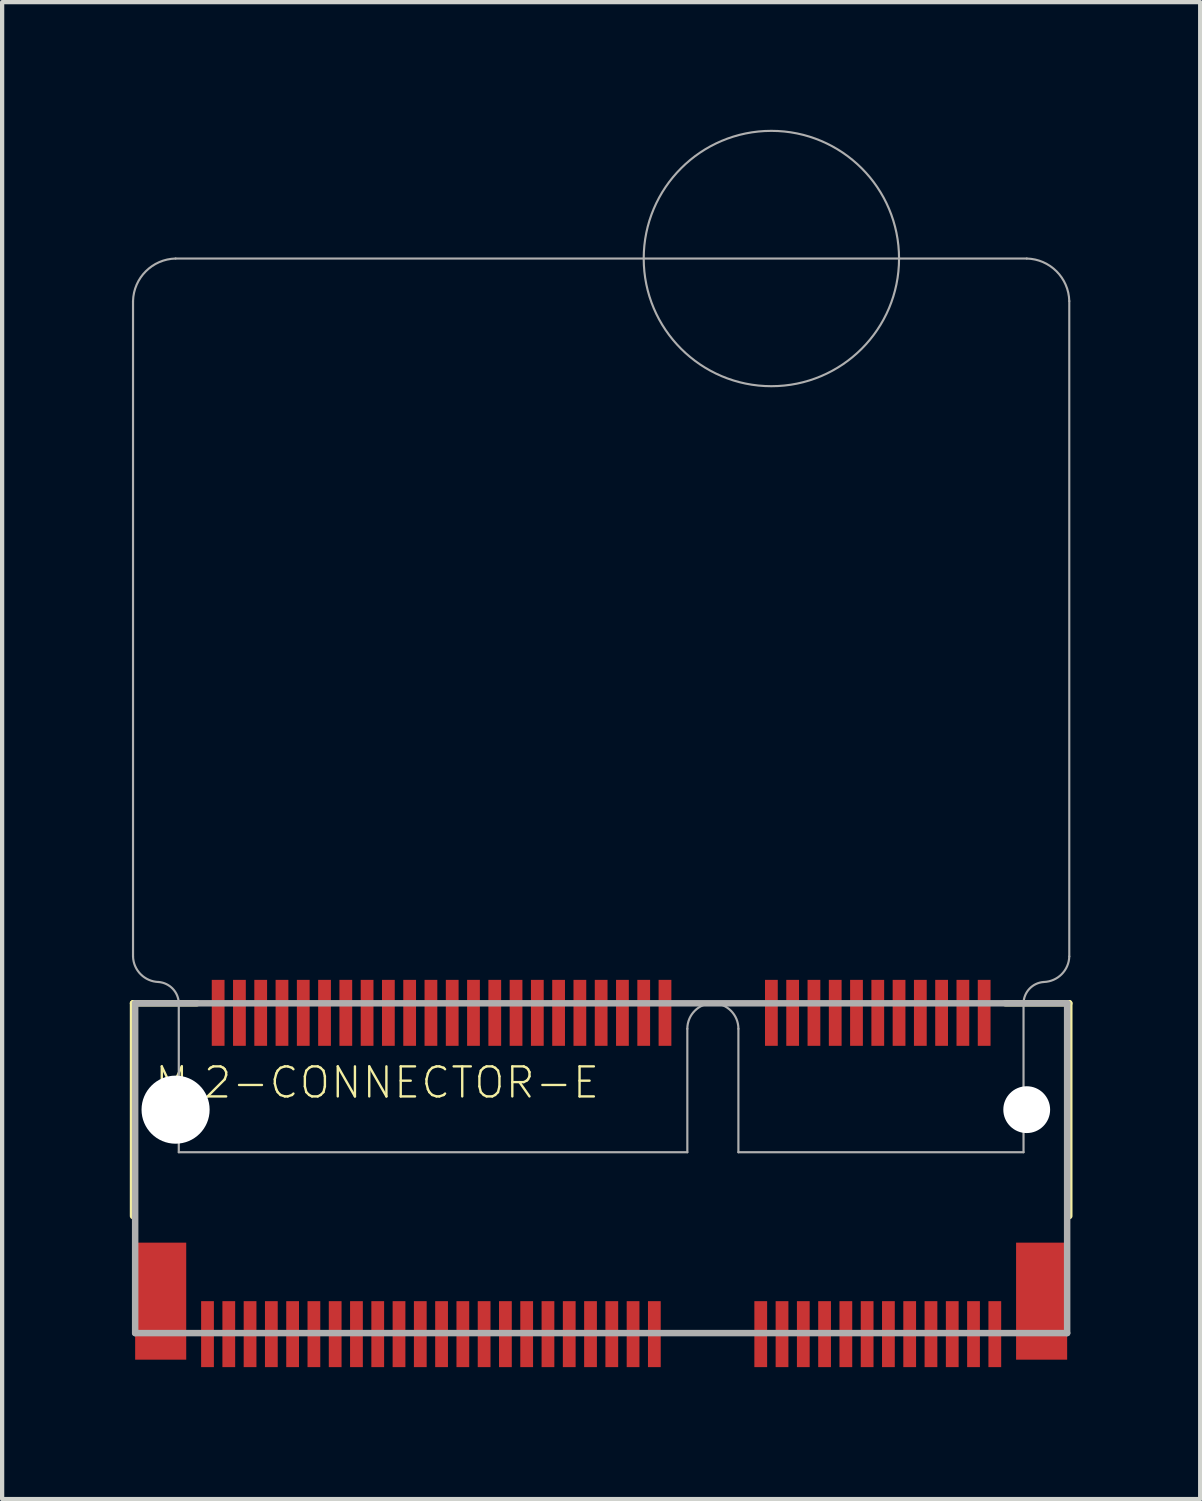
<source format=kicad_pcb>
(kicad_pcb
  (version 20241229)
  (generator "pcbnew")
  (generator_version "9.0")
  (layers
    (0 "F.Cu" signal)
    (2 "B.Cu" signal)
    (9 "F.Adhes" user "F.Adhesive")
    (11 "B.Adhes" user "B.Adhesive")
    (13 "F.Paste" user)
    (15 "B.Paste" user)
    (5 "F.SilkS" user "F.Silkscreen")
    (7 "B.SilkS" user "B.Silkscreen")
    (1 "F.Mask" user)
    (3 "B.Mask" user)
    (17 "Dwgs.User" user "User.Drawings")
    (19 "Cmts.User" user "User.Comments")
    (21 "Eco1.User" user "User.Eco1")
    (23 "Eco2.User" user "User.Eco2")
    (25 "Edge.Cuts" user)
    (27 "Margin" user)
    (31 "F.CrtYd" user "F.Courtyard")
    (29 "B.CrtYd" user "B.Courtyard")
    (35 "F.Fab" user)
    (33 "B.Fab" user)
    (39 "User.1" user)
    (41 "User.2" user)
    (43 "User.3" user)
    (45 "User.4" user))
  (footprint "M.2-CONNECTOR-E"
    (layer "F.Cu")
    (at 11.076 23.025)
    (property "Reference" "M.2-CONNECTOR-E" (at 0 -0.635 180) (layer "F.SilkS") (effects (font (size 0.706 0.706) (thickness 0.056)) (justify right)))
    (fp_line (start -11 2.5) (end -11 -2.5) (stroke (width 0.152) (type solid)) (layer "F.SilkS"))
    (fp_line (start -9.5 -2.5) (end -11 -2.5) (stroke (width 0.152) (type solid)) (layer "F.SilkS"))
    (fp_line (start 11 -2.5) (end 9.5 -2.5) (stroke (width 0.152) (type solid)) (layer "F.SilkS"))
    (fp_line (start 11 2.5) (end 11 -2.5) (stroke (width 0.152) (type solid)) (layer "F.SilkS"))
    (fp_poly (pts (xy -9.4 6.15) (xy -9.1 6.15) (xy -9.1 4.4) (xy -9.4 4.4)) (stroke (width 0) (type solid)) (fill yes) (layer "F.Paste"))
    (fp_poly (pts (xy -9.15 -1.4) (xy -8.85 -1.4) (xy -8.85 -3.15) (xy -9.15 -3.15)) (stroke (width 0) (type solid)) (fill yes) (layer "F.Paste"))
    (fp_poly (pts (xy -8.9 6.15) (xy -8.6 6.15) (xy -8.6 4.4) (xy -8.9 4.4)) (stroke (width 0) (type solid)) (fill yes) (layer "F.Paste"))
    (fp_poly (pts (xy -8.65 -1.4) (xy -8.35 -1.4) (xy -8.35 -3.15) (xy -8.65 -3.15)) (stroke (width 0) (type solid)) (fill yes) (layer "F.Paste"))
    (fp_poly (pts (xy -8.4 6.15) (xy -8.1 6.15) (xy -8.1 4.4) (xy -8.4 4.4)) (stroke (width 0) (type solid)) (fill yes) (layer "F.Paste"))
    (fp_poly (pts (xy -8.15 -1.4) (xy -7.85 -1.4) (xy -7.85 -3.15) (xy -8.15 -3.15)) (stroke (width 0) (type solid)) (fill yes) (layer "F.Paste"))
    (fp_poly (pts (xy -7.9 6.15) (xy -7.6 6.15) (xy -7.6 4.4) (xy -7.9 4.4)) (stroke (width 0) (type solid)) (fill yes) (layer "F.Paste"))
    (fp_poly (pts (xy -7.65 -1.4) (xy -7.35 -1.4) (xy -7.35 -3.15) (xy -7.65 -3.15)) (stroke (width 0) (type solid)) (fill yes) (layer "F.Paste"))
    (fp_poly (pts (xy -7.4 6.15) (xy -7.1 6.15) (xy -7.1 4.4) (xy -7.4 4.4)) (stroke (width 0) (type solid)) (fill yes) (layer "F.Paste"))
    (fp_poly (pts (xy -7.15 -1.4) (xy -6.85 -1.4) (xy -6.85 -3.15) (xy -7.15 -3.15)) (stroke (width 0) (type solid)) (fill yes) (layer "F.Paste"))
    (fp_poly (pts (xy -6.9 6.15) (xy -6.6 6.15) (xy -6.6 4.4) (xy -6.9 4.4)) (stroke (width 0) (type solid)) (fill yes) (layer "F.Paste"))
    (fp_poly (pts (xy -6.65 -1.4) (xy -6.35 -1.4) (xy -6.35 -3.15) (xy -6.65 -3.15)) (stroke (width 0) (type solid)) (fill yes) (layer "F.Paste"))
    (fp_poly (pts (xy -6.4 6.15) (xy -6.1 6.15) (xy -6.1 4.4) (xy -6.4 4.4)) (stroke (width 0) (type solid)) (fill yes) (layer "F.Paste"))
    (fp_poly (pts (xy -6.15 -1.4) (xy -5.85 -1.4) (xy -5.85 -3.15) (xy -6.15 -3.15)) (stroke (width 0) (type solid)) (fill yes) (layer "F.Paste"))
    (fp_poly (pts (xy -5.9 6.15) (xy -5.6 6.15) (xy -5.6 4.4) (xy -5.9 4.4)) (stroke (width 0) (type solid)) (fill yes) (layer "F.Paste"))
    (fp_poly (pts (xy -5.65 -1.4) (xy -5.35 -1.4) (xy -5.35 -3.15) (xy -5.65 -3.15)) (stroke (width 0) (type solid)) (fill yes) (layer "F.Paste"))
    (fp_poly (pts (xy -5.4 6.15) (xy -5.1 6.15) (xy -5.1 4.4) (xy -5.4 4.4)) (stroke (width 0) (type solid)) (fill yes) (layer "F.Paste"))
    (fp_poly (pts (xy -5.15 -1.4) (xy -4.85 -1.4) (xy -4.85 -3.15) (xy -5.15 -3.15)) (stroke (width 0) (type solid)) (fill yes) (layer "F.Paste"))
    (fp_poly (pts (xy -4.9 6.15) (xy -4.6 6.15) (xy -4.6 4.4) (xy -4.9 4.4)) (stroke (width 0) (type solid)) (fill yes) (layer "F.Paste"))
    (fp_poly (pts (xy -4.65 -1.4) (xy -4.35 -1.4) (xy -4.35 -3.15) (xy -4.65 -3.15)) (stroke (width 0) (type solid)) (fill yes) (layer "F.Paste"))
    (fp_poly (pts (xy -4.4 6.15) (xy -4.1 6.15) (xy -4.1 4.4) (xy -4.4 4.4)) (stroke (width 0) (type solid)) (fill yes) (layer "F.Paste"))
    (fp_poly (pts (xy -4.15 -1.4) (xy -3.85 -1.4) (xy -3.85 -3.15) (xy -4.15 -3.15)) (stroke (width 0) (type solid)) (fill yes) (layer "F.Paste"))
    (fp_poly (pts (xy -3.9 6.15) (xy -3.6 6.15) (xy -3.6 4.4) (xy -3.9 4.4)) (stroke (width 0) (type solid)) (fill yes) (layer "F.Paste"))
    (fp_poly (pts (xy -3.65 -1.4) (xy -3.35 -1.4) (xy -3.35 -3.15) (xy -3.65 -3.15)) (stroke (width 0) (type solid)) (fill yes) (layer "F.Paste"))
    (fp_poly (pts (xy -3.4 6.15) (xy -3.1 6.15) (xy -3.1 4.4) (xy -3.4 4.4)) (stroke (width 0) (type solid)) (fill yes) (layer "F.Paste"))
    (fp_poly (pts (xy -3.15 -1.4) (xy -2.85 -1.4) (xy -2.85 -3.15) (xy -3.15 -3.15)) (stroke (width 0) (type solid)) (fill yes) (layer "F.Paste"))
    (fp_poly (pts (xy -2.9 6.15) (xy -2.6 6.15) (xy -2.6 4.4) (xy -2.9 4.4)) (stroke (width 0) (type solid)) (fill yes) (layer "F.Paste"))
    (fp_poly (pts (xy -2.65 -1.4) (xy -2.35 -1.4) (xy -2.35 -3.15) (xy -2.65 -3.15)) (stroke (width 0) (type solid)) (fill yes) (layer "F.Paste"))
    (fp_poly (pts (xy -2.4 6.15) (xy -2.1 6.15) (xy -2.1 4.4) (xy -2.4 4.4)) (stroke (width 0) (type solid)) (fill yes) (layer "F.Paste"))
    (fp_poly (pts (xy -2.15 -1.4) (xy -1.85 -1.4) (xy -1.85 -3.15) (xy -2.15 -3.15)) (stroke (width 0) (type solid)) (fill yes) (layer "F.Paste"))
    (fp_poly (pts (xy -1.9 6.15) (xy -1.6 6.15) (xy -1.6 4.4) (xy -1.9 4.4)) (stroke (width 0) (type solid)) (fill yes) (layer "F.Paste"))
    (fp_poly (pts (xy -1.65 -1.4) (xy -1.35 -1.4) (xy -1.35 -3.15) (xy -1.65 -3.15)) (stroke (width 0) (type solid)) (fill yes) (layer "F.Paste"))
    (fp_poly (pts (xy -1.4 6.15) (xy -1.1 6.15) (xy -1.1 4.4) (xy -1.4 4.4)) (stroke (width 0) (type solid)) (fill yes) (layer "F.Paste"))
    (fp_poly (pts (xy -1.15 -1.4) (xy -0.85 -1.4) (xy -0.85 -3.15) (xy -1.15 -3.15)) (stroke (width 0) (type solid)) (fill yes) (layer "F.Paste"))
    (fp_poly (pts (xy -0.9 6.15) (xy -0.6 6.15) (xy -0.6 4.4) (xy -0.9 4.4)) (stroke (width 0) (type solid)) (fill yes) (layer "F.Paste"))
    (fp_poly (pts (xy -0.65 -1.4) (xy -0.35 -1.4) (xy -0.35 -3.15) (xy -0.65 -3.15)) (stroke (width 0) (type solid)) (fill yes) (layer "F.Paste"))
    (fp_poly (pts (xy -0.4 6.15) (xy -0.1 6.15) (xy -0.1 4.4) (xy -0.4 4.4)) (stroke (width 0) (type solid)) (fill yes) (layer "F.Paste"))
    (fp_poly (pts (xy -0.15 -1.4) (xy 0.15 -1.4) (xy 0.15 -3.15) (xy -0.15 -3.15)) (stroke (width 0) (type solid)) (fill yes) (layer "F.Paste"))
    (fp_poly (pts (xy 0.1 6.15) (xy 0.4 6.15) (xy 0.4 4.4) (xy 0.1 4.4)) (stroke (width 0) (type solid)) (fill yes) (layer "F.Paste"))
    (fp_poly (pts (xy 0.35 -1.4) (xy 0.65 -1.4) (xy 0.65 -3.15) (xy 0.35 -3.15)) (stroke (width 0) (type solid)) (fill yes) (layer "F.Paste"))
    (fp_poly (pts (xy 0.6 6.15) (xy 0.9 6.15) (xy 0.9 4.4) (xy 0.6 4.4)) (stroke (width 0) (type solid)) (fill yes) (layer "F.Paste"))
    (fp_poly (pts (xy 0.85 -1.4) (xy 1.15 -1.4) (xy 1.15 -3.15) (xy 0.85 -3.15)) (stroke (width 0) (type solid)) (fill yes) (layer "F.Paste"))
    (fp_poly (pts (xy 1.1 6.15) (xy 1.4 6.15) (xy 1.4 4.4) (xy 1.1 4.4)) (stroke (width 0) (type solid)) (fill yes) (layer "F.Paste"))
    (fp_poly (pts (xy 1.35 -1.4) (xy 1.65 -1.4) (xy 1.65 -3.15) (xy 1.35 -3.15)) (stroke (width 0) (type solid)) (fill yes) (layer "F.Paste"))
    (fp_poly (pts (xy 3.6 6.15) (xy 3.9 6.15) (xy 3.9 4.4) (xy 3.6 4.4)) (stroke (width 0) (type solid)) (fill yes) (layer "F.Paste"))
    (fp_poly (pts (xy 3.85 -1.4) (xy 4.15 -1.4) (xy 4.15 -3.15) (xy 3.85 -3.15)) (stroke (width 0) (type solid)) (fill yes) (layer "F.Paste"))
    (fp_poly (pts (xy 4.1 6.15) (xy 4.4 6.15) (xy 4.4 4.4) (xy 4.1 4.4)) (stroke (width 0) (type solid)) (fill yes) (layer "F.Paste"))
    (fp_poly (pts (xy 4.35 -1.4) (xy 4.65 -1.4) (xy 4.65 -3.15) (xy 4.35 -3.15)) (stroke (width 0) (type solid)) (fill yes) (layer "F.Paste"))
    (fp_poly (pts (xy 4.6 6.15) (xy 4.9 6.15) (xy 4.9 4.4) (xy 4.6 4.4)) (stroke (width 0) (type solid)) (fill yes) (layer "F.Paste"))
    (fp_poly (pts (xy 4.85 -1.4) (xy 5.15 -1.4) (xy 5.15 -3.15) (xy 4.85 -3.15)) (stroke (width 0) (type solid)) (fill yes) (layer "F.Paste"))
    (fp_poly (pts (xy 5.1 6.15) (xy 5.4 6.15) (xy 5.4 4.4) (xy 5.1 4.4)) (stroke (width 0) (type solid)) (fill yes) (layer "F.Paste"))
    (fp_poly (pts (xy 5.35 -1.4) (xy 5.65 -1.4) (xy 5.65 -3.15) (xy 5.35 -3.15)) (stroke (width 0) (type solid)) (fill yes) (layer "F.Paste"))
    (fp_poly (pts (xy 5.6 6.15) (xy 5.9 6.15) (xy 5.9 4.4) (xy 5.6 4.4)) (stroke (width 0) (type solid)) (fill yes) (layer "F.Paste"))
    (fp_poly (pts (xy 5.85 -1.4) (xy 6.15 -1.4) (xy 6.15 -3.15) (xy 5.85 -3.15)) (stroke (width 0) (type solid)) (fill yes) (layer "F.Paste"))
    (fp_poly (pts (xy 6.1 6.15) (xy 6.4 6.15) (xy 6.4 4.4) (xy 6.1 4.4)) (stroke (width 0) (type solid)) (fill yes) (layer "F.Paste"))
    (fp_poly (pts (xy 6.35 -1.4) (xy 6.65 -1.4) (xy 6.65 -3.15) (xy 6.35 -3.15)) (stroke (width 0) (type solid)) (fill yes) (layer "F.Paste"))
    (fp_poly (pts (xy 6.6 6.15) (xy 6.9 6.15) (xy 6.9 4.4) (xy 6.6 4.4)) (stroke (width 0) (type solid)) (fill yes) (layer "F.Paste"))
    (fp_poly (pts (xy 6.85 -1.4) (xy 7.15 -1.4) (xy 7.15 -3.15) (xy 6.85 -3.15)) (stroke (width 0) (type solid)) (fill yes) (layer "F.Paste"))
    (fp_poly (pts (xy 7.1 6.15) (xy 7.4 6.15) (xy 7.4 4.4) (xy 7.1 4.4)) (stroke (width 0) (type solid)) (fill yes) (layer "F.Paste"))
    (fp_poly (pts (xy 7.35 -1.4) (xy 7.65 -1.4) (xy 7.65 -3.15) (xy 7.35 -3.15)) (stroke (width 0) (type solid)) (fill yes) (layer "F.Paste"))
    (fp_poly (pts (xy 7.6 6.15) (xy 7.9 6.15) (xy 7.9 4.4) (xy 7.6 4.4)) (stroke (width 0) (type solid)) (fill yes) (layer "F.Paste"))
    (fp_poly (pts (xy 7.85 -1.4) (xy 8.15 -1.4) (xy 8.15 -3.15) (xy 7.85 -3.15)) (stroke (width 0) (type solid)) (fill yes) (layer "F.Paste"))
    (fp_poly (pts (xy 8.1 6.15) (xy 8.4 6.15) (xy 8.4 4.4) (xy 8.1 4.4)) (stroke (width 0) (type solid)) (fill yes) (layer "F.Paste"))
    (fp_poly (pts (xy 8.35 -1.4) (xy 8.65 -1.4) (xy 8.65 -3.15) (xy 8.35 -3.15)) (stroke (width 0) (type solid)) (fill yes) (layer "F.Paste"))
    (fp_poly (pts (xy 8.6 6.15) (xy 8.9 6.15) (xy 8.9 4.4) (xy 8.6 4.4)) (stroke (width 0) (type solid)) (fill yes) (layer "F.Paste"))
    (fp_poly (pts (xy 8.85 -1.4) (xy 9.15 -1.4) (xy 9.15 -3.15) (xy 8.85 -3.15)) (stroke (width 0) (type solid)) (fill yes) (layer "F.Paste"))
    (fp_poly (pts (xy 9.1 6.15) (xy 9.4 6.15) (xy 9.4 4.4) (xy 9.1 4.4)) (stroke (width 0) (type solid)) (fill yes) (layer "F.Paste"))
    (fp_line (start -11 -19) (end -11 -3.6) (stroke (width 0.051) (type solid)) (layer "F.Fab"))
    (fp_line (start -10.95 -2.5) (end -10.95 5.25) (stroke (width 0.152) (type solid)) (layer "F.Fab"))
    (fp_line (start -10.95 5.25) (end 10.95 5.25) (stroke (width 0.152) (type solid)) (layer "F.Fab"))
    (fp_line (start -9.925 1) (end -9.925 -2.5) (stroke (width 0.051) (type solid)) (layer "F.Fab"))
    (fp_line (start 2.025 -1.9) (end 2.025 1) (stroke (width 0.051) (type solid)) (layer "F.Fab"))
    (fp_line (start 2.025 1) (end -9.925 1) (stroke (width 0.051) (type solid)) (layer "F.Fab"))
    (fp_line (start 3.225 -1.9) (end 3.225 1) (stroke (width 0.051) (type solid)) (layer "F.Fab"))
    (fp_line (start 9.925 -2.5) (end 9.925 1) (stroke (width 0.051) (type solid)) (layer "F.Fab"))
    (fp_line (start 9.925 1) (end 3.225 1) (stroke (width 0.051) (type solid)) (layer "F.Fab"))
    (fp_line (start 10 -20) (end -10 -20) (stroke (width 0.051) (type solid)) (layer "F.Fab"))
    (fp_line (start 10.95 -2.5) (end -10.95 -2.5) (stroke (width 0.152) (type solid)) (layer "F.Fab"))
    (fp_line (start 10.95 5.25) (end 10.95 -2.5) (stroke (width 0.152) (type solid)) (layer "F.Fab"))
    (fp_line (start 11 -19) (end 11 -3.6) (stroke (width 0.05) (type solid)) (layer "F.Fab"))
    (fp_arc (start -11 -19) (mid -10.7 -19.7) (end -10 -20) (stroke (width 0.05) (type solid)) (layer "F.Fab"))
    (fp_arc (start -10.400001 -2.999999) (mid -10.819362 -3.180638) (end -11 -3.6) (stroke (width 0.05) (type solid)) (layer "F.Fab"))
    (fp_arc (start -10.4 -3) (mid -10.066759 -2.840954) (end -9.925 -2.5) (stroke (width 0.0508) (type solid)) (layer "F.Fab"))
    (fp_arc (start 2.025 -1.9) (mid 2.625 -2.5) (end 3.225 -1.9) (stroke (width 0.0508) (type solid)) (layer "F.Fab"))
    (fp_arc (start 9.925 -2.5) (mid 10.065344 -2.842298) (end 10.4 -3) (stroke (width 0.0508) (type solid)) (layer "F.Fab"))
    (fp_arc (start 10 -20) (mid 10.7 -19.7) (end 11 -19) (stroke (width 0.05) (type solid)) (layer "F.Fab"))
    (fp_arc (start 10.999999 -3.599999) (mid 10.819361 -3.180638) (end 10.4 -3) (stroke (width 0.05) (type solid)) (layer "F.Fab"))
    (fp_circle (center 4 -20) (end 7 -20) (stroke (width 0.05) (type solid)) (fill no) (layer "F.Fab"))
    (pad "" np_thru_hole circle (at -10 0) (size 1.6 1.6) (drill 1.6) (layers "*.Cu" "*.Mask"))
    (pad "" np_thru_hole circle (at 10 0) (size 1.1 1.1) (drill 1.1) (layers "*.Cu" "*.Mask"))
    (pad "1" smd rect (at 9.25 5.275 180) (size 0.3 1.55) (layers "F.Cu" "F.Mask"))
    (pad "2" smd rect (at 9 -2.275 180) (size 0.3 1.55) (layers "F.Cu" "F.Mask"))
    (pad "3" smd rect (at 8.75 5.275 180) (size 0.3 1.55) (layers "F.Cu" "F.Mask"))
    (pad "4" smd rect (at 8.5 -2.275 180) (size 0.3 1.55) (layers "F.Cu" "F.Mask"))
    (pad "5" smd rect (at 8.25 5.275 180) (size 0.3 1.55) (layers "F.Cu" "F.Mask"))
    (pad "6" smd rect (at 8 -2.275 180) (size 0.3 1.55) (layers "F.Cu" "F.Mask"))
    (pad "7" smd rect (at 7.75 5.275 180) (size 0.3 1.55) (layers "F.Cu" "F.Mask"))
    (pad "8" smd rect (at 7.5 -2.275 180) (size 0.3 1.55) (layers "F.Cu" "F.Mask"))
    (pad "9" smd rect (at 7.25 5.275 180) (size 0.3 1.55) (layers "F.Cu" "F.Mask"))
    (pad "10" smd rect (at 7 -2.275 180) (size 0.3 1.55) (layers "F.Cu" "F.Mask"))
    (pad "11" smd rect (at 6.75 5.275 180) (size 0.3 1.55) (layers "F.Cu" "F.Mask"))
    (pad "12" smd rect (at 6.5 -2.275 180) (size 0.3 1.55) (layers "F.Cu" "F.Mask"))
    (pad "13" smd rect (at 6.25 5.275 180) (size 0.3 1.55) (layers "F.Cu" "F.Mask"))
    (pad "14" smd rect (at 6 -2.275 180) (size 0.3 1.55) (layers "F.Cu" "F.Mask"))
    (pad "15" smd rect (at 5.75 5.275 180) (size 0.3 1.55) (layers "F.Cu" "F.Mask"))
    (pad "16" smd rect (at 5.5 -2.275 180) (size 0.3 1.55) (layers "F.Cu" "F.Mask"))
    (pad "17" smd rect (at 5.25 5.275 180) (size 0.3 1.55) (layers "F.Cu" "F.Mask"))
    (pad "18" smd rect (at 5 -2.275 180) (size 0.3 1.55) (layers "F.Cu" "F.Mask"))
    (pad "19" smd rect (at 4.75 5.275 180) (size 0.3 1.55) (layers "F.Cu" "F.Mask"))
    (pad "20" smd rect (at 4.5 -2.275 180) (size 0.3 1.55) (layers "F.Cu" "F.Mask"))
    (pad "21" smd rect (at 4.25 5.275 180) (size 0.3 1.55) (layers "F.Cu" "F.Mask"))
    (pad "22" smd rect (at 4 -2.275 180) (size 0.3 1.55) (layers "F.Cu" "F.Mask"))
    (pad "23" smd rect (at 3.75 5.275 180) (size 0.3 1.55) (layers "F.Cu" "F.Mask"))
    (pad "32" smd rect (at 1.5 -2.275 180) (size 0.3 1.55) (layers "F.Cu" "F.Mask"))
    (pad "33" smd rect (at 1.25 5.275 180) (size 0.3 1.55) (layers "F.Cu" "F.Mask"))
    (pad "34" smd rect (at 1 -2.275 180) (size 0.3 1.55) (layers "F.Cu" "F.Mask"))
    (pad "35" smd rect (at 0.75 5.275 180) (size 0.3 1.55) (layers "F.Cu" "F.Mask"))
    (pad "36" smd rect (at 0.5 -2.275 180) (size 0.3 1.55) (layers "F.Cu" "F.Mask"))
    (pad "37" smd rect (at 0.25 5.275 180) (size 0.3 1.55) (layers "F.Cu" "F.Mask"))
    (pad "38" smd rect (at 0 -2.275 180) (size 0.3 1.55) (layers "F.Cu" "F.Mask"))
    (pad "39" smd rect (at -0.25 5.275 180) (size 0.3 1.55) (layers "F.Cu" "F.Mask"))
    (pad "40" smd rect (at -0.5 -2.275 180) (size 0.3 1.55) (layers "F.Cu" "F.Mask"))
    (pad "41" smd rect (at -0.75 5.275 180) (size 0.3 1.55) (layers "F.Cu" "F.Mask"))
    (pad "42" smd rect (at -1 -2.275 180) (size 0.3 1.55) (layers "F.Cu" "F.Mask"))
    (pad "43" smd rect (at -1.25 5.275 180) (size 0.3 1.55) (layers "F.Cu" "F.Mask"))
    (pad "44" smd rect (at -1.5 -2.275 180) (size 0.3 1.55) (layers "F.Cu" "F.Mask"))
    (pad "45" smd rect (at -1.75 5.275 180) (size 0.3 1.55) (layers "F.Cu" "F.Mask"))
    (pad "46" smd rect (at -2 -2.275 180) (size 0.3 1.55) (layers "F.Cu" "F.Mask"))
    (pad "47" smd rect (at -2.25 5.275 180) (size 0.3 1.55) (layers "F.Cu" "F.Mask"))
    (pad "48" smd rect (at -2.5 -2.275 180) (size 0.3 1.55) (layers "F.Cu" "F.Mask"))
    (pad "49" smd rect (at -2.75 5.275 180) (size 0.3 1.55) (layers "F.Cu" "F.Mask"))
    (pad "50" smd rect (at -3 -2.275 180) (size 0.3 1.55) (layers "F.Cu" "F.Mask"))
    (pad "51" smd rect (at -3.25 5.275 180) (size 0.3 1.55) (layers "F.Cu" "F.Mask"))
    (pad "52" smd rect (at -3.5 -2.275 180) (size 0.3 1.55) (layers "F.Cu" "F.Mask"))
    (pad "53" smd rect (at -3.75 5.275 180) (size 0.3 1.55) (layers "F.Cu" "F.Mask"))
    (pad "54" smd rect (at -4 -2.275 180) (size 0.3 1.55) (layers "F.Cu" "F.Mask"))
    (pad "55" smd rect (at -4.25 5.275 180) (size 0.3 1.55) (layers "F.Cu" "F.Mask"))
    (pad "56" smd rect (at -4.5 -2.275 180) (size 0.3 1.55) (layers "F.Cu" "F.Mask"))
    (pad "57" smd rect (at -4.75 5.275 180) (size 0.3 1.55) (layers "F.Cu" "F.Mask"))
    (pad "58" smd rect (at -5 -2.275 180) (size 0.3 1.55) (layers "F.Cu" "F.Mask"))
    (pad "59" smd rect (at -5.25 5.275 180) (size 0.3 1.55) (layers "F.Cu" "F.Mask"))
    (pad "60" smd rect (at -5.5 -2.275 180) (size 0.3 1.55) (layers "F.Cu" "F.Mask"))
    (pad "61" smd rect (at -5.75 5.275 180) (size 0.3 1.55) (layers "F.Cu" "F.Mask"))
    (pad "62" smd rect (at -6 -2.275 180) (size 0.3 1.55) (layers "F.Cu" "F.Mask"))
    (pad "63" smd rect (at -6.25 5.275 180) (size 0.3 1.55) (layers "F.Cu" "F.Mask"))
    (pad "64" smd rect (at -6.5 -2.275 180) (size 0.3 1.55) (layers "F.Cu" "F.Mask"))
    (pad "65" smd rect (at -6.75 5.275 180) (size 0.3 1.55) (layers "F.Cu" "F.Mask"))
    (pad "66" smd rect (at -7 -2.275 180) (size 0.3 1.55) (layers "F.Cu" "F.Mask"))
    (pad "67" smd rect (at -7.25 5.275 180) (size 0.3 1.55) (layers "F.Cu" "F.Mask"))
    (pad "68" smd rect (at -7.5 -2.275 180) (size 0.3 1.55) (layers "F.Cu" "F.Mask"))
    (pad "69" smd rect (at -7.75 5.275 180) (size 0.3 1.55) (layers "F.Cu" "F.Mask"))
    (pad "70" smd rect (at -8 -2.275 180) (size 0.3 1.55) (layers "F.Cu" "F.Mask"))
    (pad "71" smd rect (at -8.25 5.275 180) (size 0.3 1.55) (layers "F.Cu" "F.Mask"))
    (pad "72" smd rect (at -8.5 -2.275 180) (size 0.3 1.55) (layers "F.Cu" "F.Mask"))
    (pad "73" smd rect (at -8.75 5.275 180) (size 0.3 1.55) (layers "F.Cu" "F.Mask"))
    (pad "74" smd rect (at -9 -2.275 180) (size 0.3 1.55) (layers "F.Cu" "F.Mask"))
    (pad "75" smd rect (at -9.25 5.275 180) (size 0.3 1.55) (layers "F.Cu" "F.Mask"))
    (pad "A1" smd rect (at 10.35 4.5 180) (size 1.2 2.75) (layers "F.Cu" "F.Mask" "F.Paste"))
    (pad "A2" smd rect (at -10.35 4.5 180) (size 1.2 2.75) (layers "F.Cu" "F.Mask" "F.Paste")))
  (gr_rect
    (start -3 -3)
    (end 25.152 32.175)
    (stroke (width 0.1) (type default))
    (fill no)
    (layer "Edge.Cuts")))
</source>
